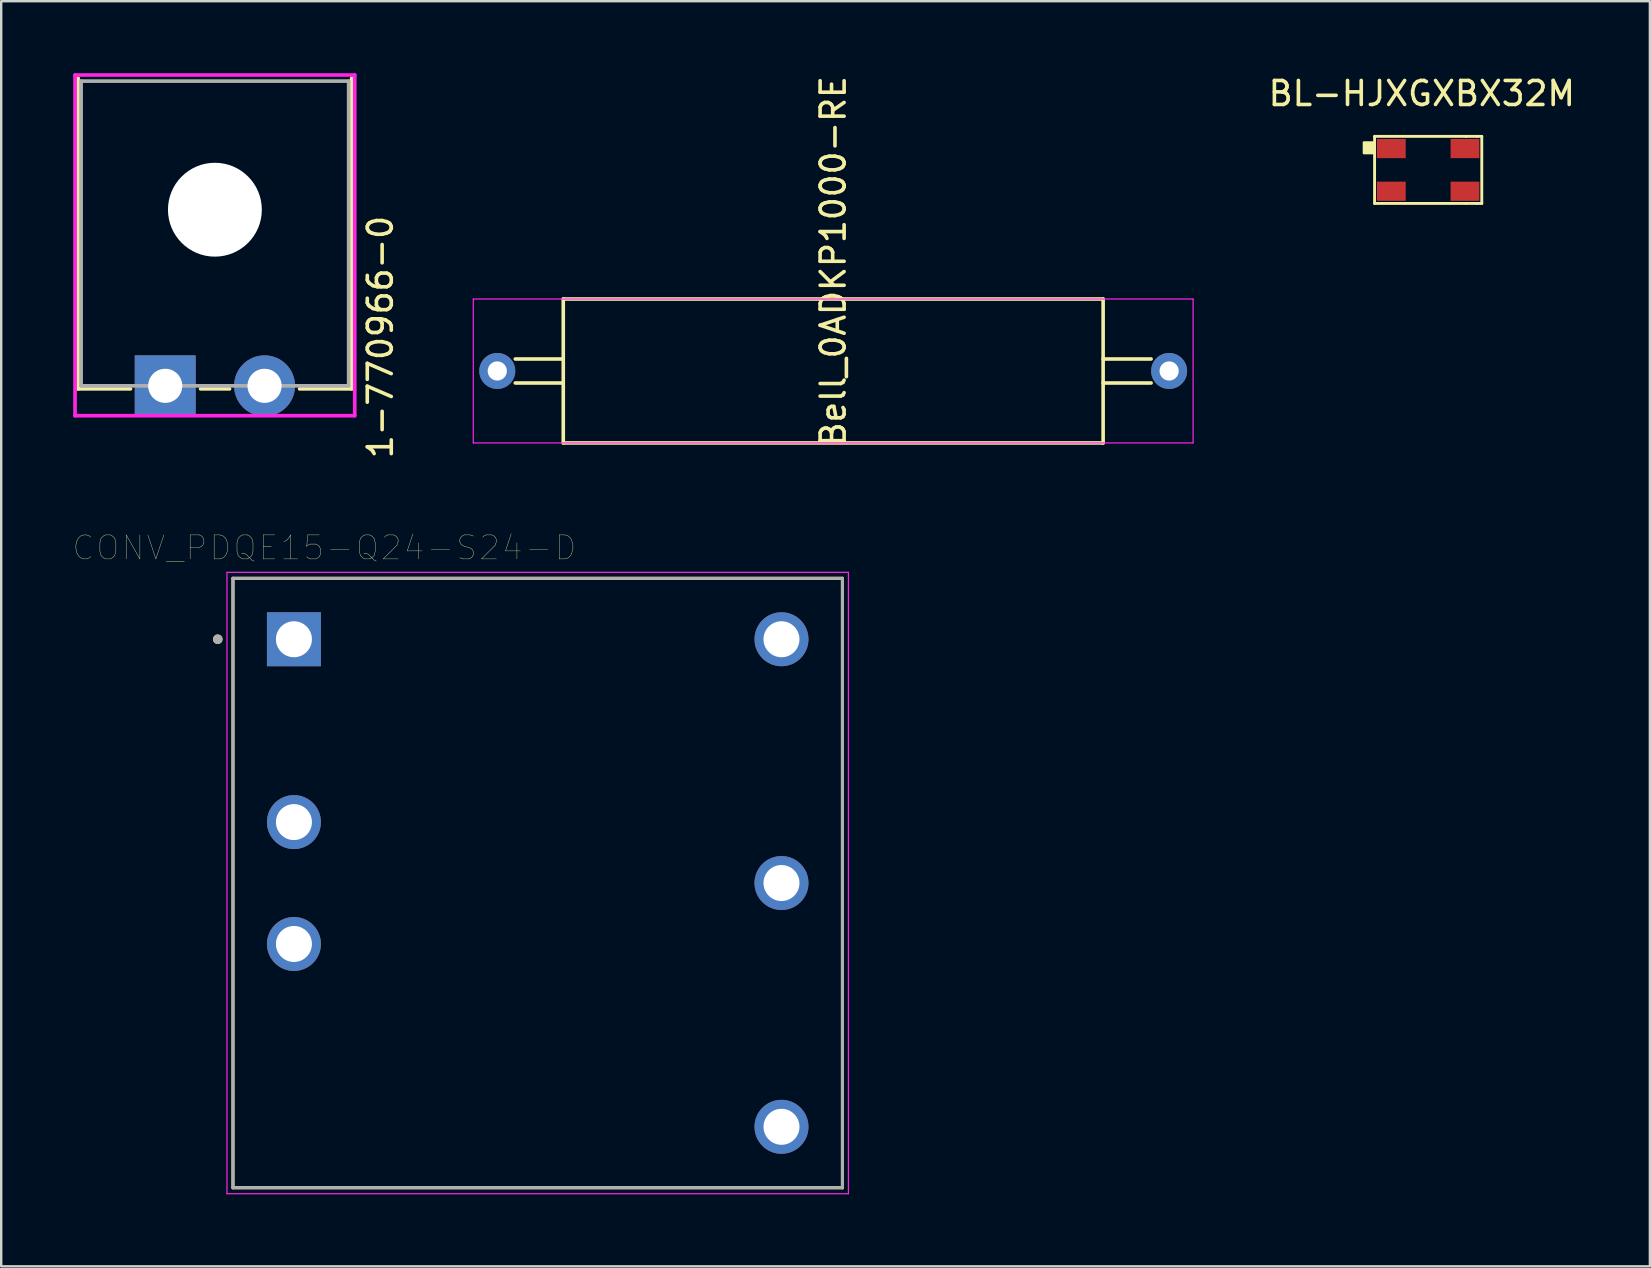
<source format=kicad_pcb>
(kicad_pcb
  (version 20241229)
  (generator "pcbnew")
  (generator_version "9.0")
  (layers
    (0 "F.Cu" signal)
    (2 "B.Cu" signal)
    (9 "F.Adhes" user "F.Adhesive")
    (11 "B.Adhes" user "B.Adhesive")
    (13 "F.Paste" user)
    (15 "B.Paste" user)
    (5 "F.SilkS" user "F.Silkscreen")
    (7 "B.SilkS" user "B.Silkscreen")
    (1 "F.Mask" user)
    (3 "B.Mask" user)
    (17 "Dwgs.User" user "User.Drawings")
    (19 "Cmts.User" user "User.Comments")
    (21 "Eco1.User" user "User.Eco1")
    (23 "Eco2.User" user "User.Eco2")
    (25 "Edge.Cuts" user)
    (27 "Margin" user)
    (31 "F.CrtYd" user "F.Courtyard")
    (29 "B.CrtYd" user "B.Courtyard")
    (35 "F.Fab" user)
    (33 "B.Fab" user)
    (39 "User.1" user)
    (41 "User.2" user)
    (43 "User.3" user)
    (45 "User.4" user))
  (footprint "BL-HJXGXBX32M"
    (layer "F.Cu")
    (at 56.206 0.348)
    (property "Reference" "BL-HJXGXBX32M" (at 0 0.5 0) (layer "F.SilkS") (effects (font (size 1 1) (thickness 0.15))))
    (attr through_hole)
    (fp_line (start -1.968 2.286) (end 1.841 2.286) (stroke (width 0.12) (type solid)) (layer "F.SilkS"))
    (fp_line (start -1.968 5.08) (end -1.968 2.286) (stroke (width 0.12) (type solid)) (layer "F.SilkS"))
    (fp_line (start 1.841 5.08) (end -1.968 5.08) (stroke (width 0.12) (type solid)) (layer "F.SilkS"))
    (fp_line (start 2.3 2.286) (end 1.841 2.286) (stroke (width 0.12) (type solid)) (layer "F.SilkS"))
    (fp_line (start 2.3 2.286) (end 2.5 2.286) (stroke (width 0.12) (type solid)) (layer "F.SilkS"))
    (fp_line (start 2.3 5.08) (end 1.841 5.08) (stroke (width 0.12) (type solid)) (layer "F.SilkS"))
    (fp_line (start 2.3 5.08) (end 2.5 5.08) (stroke (width 0.12) (type solid)) (layer "F.SilkS"))
    (fp_line (start 2.5 2.286) (end 2.5 5.08) (stroke (width 0.12) (type solid)) (layer "F.SilkS"))
    (fp_poly (pts (xy -1.968 2.985) (xy -2.413 2.985) (xy -2.413 2.54) (xy -1.968 2.54)) (stroke (width 0.1) (type solid)) (fill yes) (layer "F.SilkS"))
    (pad "1" smd rect (at -1.27 2.794) (size 1.2 0.8) (layers "F.Cu" "F.Mask" "F.Paste"))
    (pad "2" smd rect (at -1.27 4.572) (size 1.2 0.8) (layers "F.Cu" "F.Mask" "F.Paste"))
    (pad "3" smd rect (at 1.8 4.572) (size 1.2 0.8) (layers "F.Cu" "F.Mask" "F.Paste"))
    (pad "4" smd rect (at 1.8 2.794) (size 1.2 0.8) (layers "F.Cu" "F.Mask" "F.Paste")))
  (footprint "Bell_0ADKP1000-RE"
    (layer "F.Cu")
    (at 31.675 12.411)
    (property "Reference" "Bell_0ADKP1000-RE" (at 0 -4.572 90) (layer "F.SilkS") (effects (font (size 1 1) (thickness 0.15))))
    (attr through_hole)
    (fp_line (start -13.25 0.5) (end -11.25 0.5) (stroke (width 0.15) (type solid)) (layer "F.SilkS"))
    (fp_line (start -11.25 -3) (end 11.25 -3) (stroke (width 0.15) (type solid)) (layer "F.SilkS"))
    (fp_line (start -11.25 -0.5) (end -13.25 -0.5) (stroke (width 0.15) (type solid)) (layer "F.SilkS"))
    (fp_line (start -11.25 3) (end -11.25 -3) (stroke (width 0.15) (type solid)) (layer "F.SilkS"))
    (fp_line (start 11.25 -3) (end 11.25 3) (stroke (width 0.15) (type solid)) (layer "F.SilkS"))
    (fp_line (start 11.25 -0.5) (end 13.25 -0.5) (stroke (width 0.15) (type solid)) (layer "F.SilkS"))
    (fp_line (start 11.25 0.5) (end 13.25 0.5) (stroke (width 0.15) (type solid)) (layer "F.SilkS"))
    (fp_line (start 11.25 3) (end -11.25 3) (stroke (width 0.15) (type solid)) (layer "F.SilkS"))
    (fp_line (start -15 -3) (end 15 -3) (stroke (width 0.05) (type solid)) (layer "F.CrtYd"))
    (fp_line (start -15 3) (end -15 -3) (stroke (width 0.05) (type solid)) (layer "F.CrtYd"))
    (fp_line (start 15 -3) (end 15 3) (stroke (width 0.05) (type solid)) (layer "F.CrtYd"))
    (fp_line (start 15 3) (end -15 3) (stroke (width 0.05) (type solid)) (layer "F.CrtYd"))
    (pad "1" thru_hole circle (at -14 0) (size 1.5 1.5) (drill 0.8) (layers "*.Cu" "*.Mask"))
    (pad "2" thru_hole circle (at 14 0) (size 1.5 1.5) (drill 0.8) (layers "*.Cu" "*.Mask")))
  (footprint "1-770966-0"
    (layer "F.Cu")
    (at 7.976 13.03)
    (property "Reference" "1-770966-0" (at 4.826 -2.032 90) (layer "F.SilkS") (effects (font (size 1 1) (thickness 0.15))))
    (attr through_hole)
    (fp_line (start -7.772 -12.827) (end -7.772 0.127) (stroke (width 0.152) (type solid)) (layer "F.SilkS"))
    (fp_line (start -7.772 0.127) (end -5.588 0.127) (stroke (width 0.152) (type solid)) (layer "F.SilkS"))
    (fp_line (start -2.667 0.127) (end -1.46 0.127) (stroke (width 0.152) (type solid)) (layer "F.SilkS"))
    (fp_line (start 1.46 0.127) (end 3.632 0.127) (stroke (width 0.152) (type solid)) (layer "F.SilkS"))
    (fp_line (start 3.632 0.127) (end 3.632 -12.827) (stroke (width 0.152) (type solid)) (layer "F.SilkS"))
    (fp_line (start -7.899 -12.954) (end -7.899 1.245) (stroke (width 0.152) (type solid)) (layer "F.CrtYd"))
    (fp_line (start -7.899 1.245) (end 3.759 1.245) (stroke (width 0.152) (type solid)) (layer "F.CrtYd"))
    (fp_line (start 3.759 -12.954) (end -7.899 -12.954) (stroke (width 0.152) (type solid)) (layer "F.CrtYd"))
    (fp_line (start 3.759 1.245) (end 3.759 -12.954) (stroke (width 0.152) (type solid)) (layer "F.CrtYd"))
    (fp_line (start -7.645 -12.7) (end -7.645 0) (stroke (width 0.152) (type solid)) (layer "F.Fab"))
    (fp_line (start -7.645 0) (end 3.505 0) (stroke (width 0.152) (type solid)) (layer "F.Fab"))
    (fp_line (start 3.505 -12.7) (end -7.645 -12.7) (stroke (width 0.152) (type solid)) (layer "F.Fab"))
    (fp_line (start 3.505 0) (end 3.505 -12.7) (stroke (width 0.152) (type solid)) (layer "F.Fab"))
    (fp_text user "Copyright 2016 Accelerated Designs. All rights reserved." (at 0 0 0) (layer "Cmts.User") (effects (font (size 0.127 0.127) (thickness 0.002))))
    (pad "" np_thru_hole circle (at -2.07 -7.34) (size 3.912 3.912) (drill 3.912) (layers "*.Cu" "*.Mask"))
    (pad "1" thru_hole rect (at -4.14 0) (size 2.54 2.54) (drill 1.422) (layers "*.Cu" "*.Mask"))
    (pad "2" thru_hole circle (at -0.000001 0) (size 2.54 2.54) (drill 1.422) (layers "*.Cu" "*.Mask")))
  (footprint "CONV_PDQE15-Q24-S24-D"
    (layer "F.Cu")
    (at 19.36 33.752)
    (property "Reference" "CONV_PDQE15-Q24-S24-D" (at -8.89 -13.97 0) (layer "F.SilkS") (effects (font (size 1 1) (thickness 0.015))))
    (attr through_hole)
    (fp_line (start -12.7 -12.7) (end -12.7 12.7) (stroke (width 0.127) (type solid)) (layer "F.SilkS"))
    (fp_line (start -12.7 12.7) (end 12.7 12.7) (stroke (width 0.127) (type solid)) (layer "F.SilkS"))
    (fp_line (start 12.7 -12.7) (end -12.7 -12.7) (stroke (width 0.127) (type solid)) (layer "F.SilkS"))
    (fp_line (start 12.7 12.7) (end 12.7 -12.7) (stroke (width 0.127) (type solid)) (layer "F.SilkS"))
    (fp_circle (center -13.335 -10.16) (end -13.235 -10.16) (stroke (width 0.2) (type solid)) (fill no) (layer "F.SilkS"))
    (fp_line (start -12.95 -12.95) (end -12.95 12.95) (stroke (width 0.05) (type solid)) (layer "F.CrtYd"))
    (fp_line (start -12.95 12.95) (end 12.95 12.95) (stroke (width 0.05) (type solid)) (layer "F.CrtYd"))
    (fp_line (start 12.95 -12.95) (end -12.95 -12.95) (stroke (width 0.05) (type solid)) (layer "F.CrtYd"))
    (fp_line (start 12.95 12.95) (end 12.95 -12.95) (stroke (width 0.05) (type solid)) (layer "F.CrtYd"))
    (fp_line (start -12.7 -12.7) (end -12.7 12.7) (stroke (width 0.127) (type solid)) (layer "F.Fab"))
    (fp_line (start -12.7 12.7) (end 12.7 12.7) (stroke (width 0.127) (type solid)) (layer "F.Fab"))
    (fp_line (start 12.7 -12.7) (end -12.7 -12.7) (stroke (width 0.127) (type solid)) (layer "F.Fab"))
    (fp_line (start 12.7 12.7) (end 12.7 -12.7) (stroke (width 0.127) (type solid)) (layer "F.Fab"))
    (fp_circle (center -13.335 -10.16) (end -13.235 -10.16) (stroke (width 0.2) (type solid)) (fill no) (layer "F.Fab"))
    (pad "1" thru_hole rect (at -10.16 -10.16) (size 2.25 2.25) (drill 1.5) (layers "*.Cu" "*.Mask"))
    (pad "2" thru_hole circle (at -10.16 -2.54) (size 2.25 2.25) (drill 1.5) (layers "*.Cu" "*.Mask"))
    (pad "3" thru_hole circle (at -10.16 2.54) (size 2.25 2.25) (drill 1.5) (layers "*.Cu" "*.Mask"))
    (pad "4" thru_hole circle (at 10.16 10.16) (size 2.25 2.25) (drill 1.5) (layers "*.Cu" "*.Mask"))
    (pad "5" thru_hole circle (at 10.16 0) (size 2.25 2.25) (drill 1.5) (layers "*.Cu" "*.Mask"))
    (pad "6" thru_hole circle (at 10.16 -10.16) (size 2.25 2.25) (drill 1.5) (layers "*.Cu" "*.Mask")))
  (gr_rect
    (start -3 -3)
    (end 65.712 49.727)
    (stroke (width 0.1) (type default))
    (fill no)
    (layer "Edge.Cuts")))
</source>
